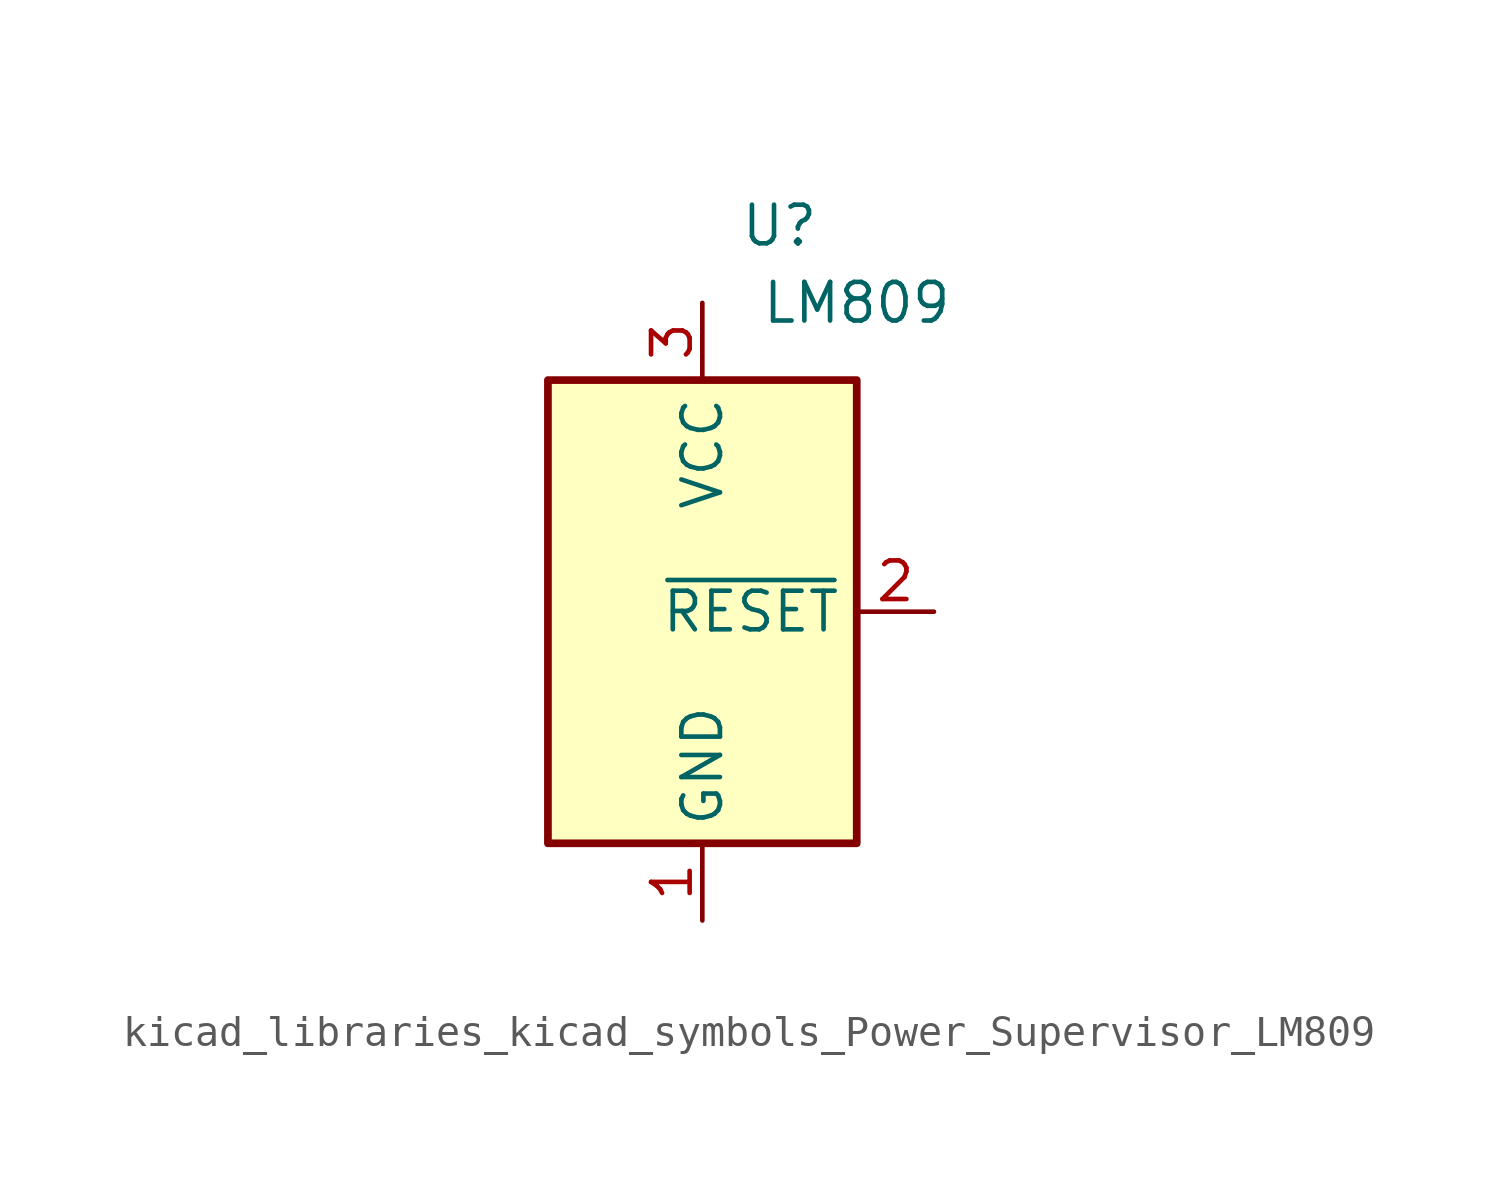
<source format=kicad_sym>
(kicad_symbol_lib
  (version 20220914)
  (generator kicad_symbol_editor)
  (symbol "kicad_libraries_kicad_symbols_Power_Supervisor_LM809"
    (property "Reference" "U"
      (at 2.54 12.7 0)
      (effects (font (size 1.27 1.27))))
    (property "Value" "LM809"
      (at 5.08 10.16 0)
      (effects (font (size 1.27 1.27))))
    (symbol "kicad_libraries_kicad_symbols_Power_Supervisor_LM809_0_1"
      (rectangle (start 5.08 7.62) (end -5.08 -7.62) (stroke (width 0.254) (type default)) (fill (type background))))
    (symbol "kicad_libraries_kicad_symbols_Power_Supervisor_LM809_1_1"
      (pin power_in line (at 0 -10.16 90) (length 2.54) (name "GND" (effects (font (size 1.27 1.27)))) (number "1" (effects (font (size 1.27 1.27)))))
      (pin output line (at 7.62 0 180) (length 2.54) (name "~{RESET}" (effects (font (size 1.27 1.27)))) (number "2" (effects (font (size 1.27 1.27)))))
      (pin power_in line (at 0 10.16 270) (length 2.54) (name "VCC" (effects (font (size 1.27 1.27)))) (number "3" (effects (font (size 1.27 1.27))))))))
</source>
